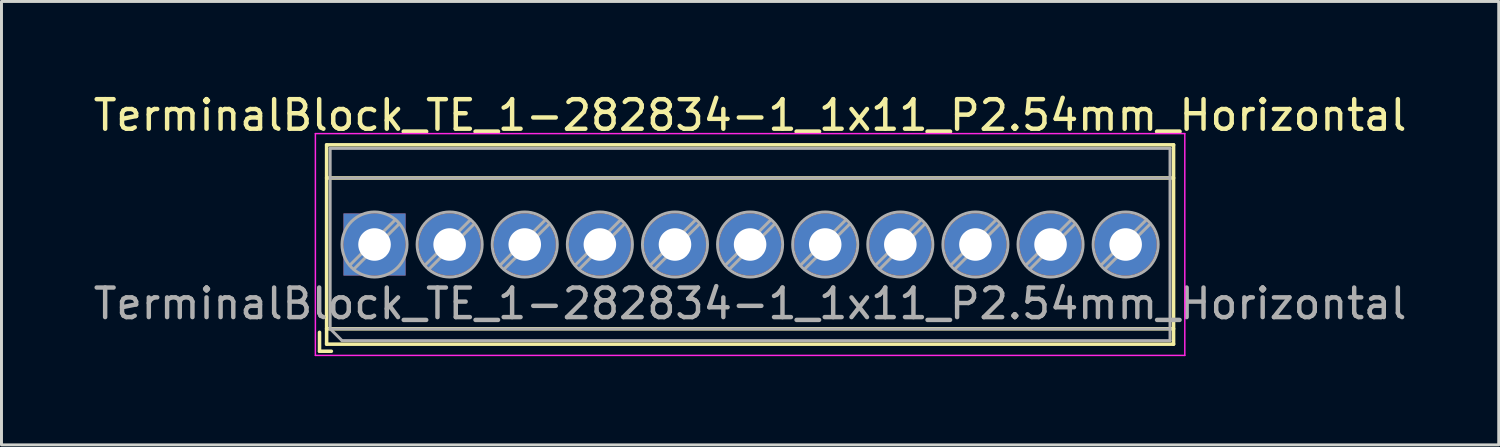
<source format=kicad_pcb>
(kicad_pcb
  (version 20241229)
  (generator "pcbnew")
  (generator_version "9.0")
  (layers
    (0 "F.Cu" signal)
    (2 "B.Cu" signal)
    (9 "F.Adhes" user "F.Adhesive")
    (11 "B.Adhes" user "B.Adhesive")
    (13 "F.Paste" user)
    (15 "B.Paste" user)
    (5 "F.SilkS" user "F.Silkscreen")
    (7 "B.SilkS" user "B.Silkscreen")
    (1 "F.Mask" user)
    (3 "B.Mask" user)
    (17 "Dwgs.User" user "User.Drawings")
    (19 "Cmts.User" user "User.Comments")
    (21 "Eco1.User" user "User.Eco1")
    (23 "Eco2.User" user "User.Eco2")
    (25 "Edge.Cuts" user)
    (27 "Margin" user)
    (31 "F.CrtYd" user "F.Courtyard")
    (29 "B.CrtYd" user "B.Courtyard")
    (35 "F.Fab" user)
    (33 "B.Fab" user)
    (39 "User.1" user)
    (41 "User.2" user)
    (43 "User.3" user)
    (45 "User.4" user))
  (footprint "TerminalBlock_TE_1-282834-1_1x11_P2.54mm_Horizontal"
    (layer "F.Cu")
    (at 9.615 5.218)
    (property "Reference" "TerminalBlock_TE_1-282834-1_1x11_P2.54mm_Horizontal" (at 12.7 -4.37 0) (layer "F.SilkS") (effects (font (size 1 1) (thickness 0.15))))
    (attr through_hole)
    (fp_line (start -1.86 2.97) (end -1.86 3.61) (stroke (width 0.12) (type solid)) (layer "F.SilkS"))
    (fp_line (start -1.86 3.61) (end -1.46 3.61) (stroke (width 0.12) (type solid)) (layer "F.SilkS"))
    (fp_line (start -1.62 -3.37) (end -1.62 3.37) (stroke (width 0.12) (type solid)) (layer "F.SilkS"))
    (fp_line (start -1.62 -3.37) (end 27.02 -3.37) (stroke (width 0.12) (type solid)) (layer "F.SilkS"))
    (fp_line (start -1.62 -2.25) (end 27.02 -2.25) (stroke (width 0.12) (type solid)) (layer "F.SilkS"))
    (fp_line (start -1.62 2.85) (end 27.02 2.85) (stroke (width 0.12) (type solid)) (layer "F.SilkS"))
    (fp_line (start -1.62 3.37) (end 27.02 3.37) (stroke (width 0.12) (type solid)) (layer "F.SilkS"))
    (fp_line (start 27.02 -3.37) (end 27.02 3.37) (stroke (width 0.12) (type solid)) (layer "F.SilkS"))
    (fp_line (start -2 -3.75) (end -2 3.75) (stroke (width 0.05) (type solid)) (layer "F.CrtYd"))
    (fp_line (start -2 3.75) (end 27.4 3.75) (stroke (width 0.05) (type solid)) (layer "F.CrtYd"))
    (fp_line (start 27.4 -3.75) (end -2 -3.75) (stroke (width 0.05) (type solid)) (layer "F.CrtYd"))
    (fp_line (start 27.4 3.75) (end 27.4 -3.75) (stroke (width 0.05) (type solid)) (layer "F.CrtYd"))
    (fp_line (start -1.5 -3.25) (end 26.9 -3.25) (stroke (width 0.1) (type solid)) (layer "F.Fab"))
    (fp_line (start -1.5 -2.25) (end 26.9 -2.25) (stroke (width 0.1) (type solid)) (layer "F.Fab"))
    (fp_line (start -1.5 2.85) (end -1.5 -3.25) (stroke (width 0.1) (type solid)) (layer "F.Fab"))
    (fp_line (start -1.5 2.85) (end 26.9 2.85) (stroke (width 0.1) (type solid)) (layer "F.Fab"))
    (fp_line (start -1.1 3.25) (end -1.5 2.85) (stroke (width 0.1) (type solid)) (layer "F.Fab"))
    (fp_line (start 0.701 -0.835) (end -0.835 0.7) (stroke (width 0.1) (type solid)) (layer "F.Fab"))
    (fp_line (start 0.835 -0.7) (end -0.701 0.835) (stroke (width 0.1) (type solid)) (layer "F.Fab"))
    (fp_line (start 3.241 -0.835) (end 1.706 0.7) (stroke (width 0.1) (type solid)) (layer "F.Fab"))
    (fp_line (start 3.375 -0.7) (end 1.84 0.835) (stroke (width 0.1) (type solid)) (layer "F.Fab"))
    (fp_line (start 5.781 -0.835) (end 4.246 0.7) (stroke (width 0.1) (type solid)) (layer "F.Fab"))
    (fp_line (start 5.915 -0.7) (end 4.38 0.835) (stroke (width 0.1) (type solid)) (layer "F.Fab"))
    (fp_line (start 8.321 -0.835) (end 6.786 0.7) (stroke (width 0.1) (type solid)) (layer "F.Fab"))
    (fp_line (start 8.455 -0.7) (end 6.92 0.835) (stroke (width 0.1) (type solid)) (layer "F.Fab"))
    (fp_line (start 10.861 -0.835) (end 9.326 0.7) (stroke (width 0.1) (type solid)) (layer "F.Fab"))
    (fp_line (start 10.995 -0.7) (end 9.46 0.835) (stroke (width 0.1) (type solid)) (layer "F.Fab"))
    (fp_line (start 13.401 -0.835) (end 11.866 0.7) (stroke (width 0.1) (type solid)) (layer "F.Fab"))
    (fp_line (start 13.535 -0.7) (end 12 0.835) (stroke (width 0.1) (type solid)) (layer "F.Fab"))
    (fp_line (start 15.941 -0.835) (end 14.406 0.7) (stroke (width 0.1) (type solid)) (layer "F.Fab"))
    (fp_line (start 16.075 -0.7) (end 14.54 0.835) (stroke (width 0.1) (type solid)) (layer "F.Fab"))
    (fp_line (start 18.481 -0.835) (end 16.946 0.7) (stroke (width 0.1) (type solid)) (layer "F.Fab"))
    (fp_line (start 18.615 -0.7) (end 17.08 0.835) (stroke (width 0.1) (type solid)) (layer "F.Fab"))
    (fp_line (start 21.021 -0.835) (end 19.486 0.7) (stroke (width 0.1) (type solid)) (layer "F.Fab"))
    (fp_line (start 21.155 -0.7) (end 19.62 0.835) (stroke (width 0.1) (type solid)) (layer "F.Fab"))
    (fp_line (start 23.561 -0.835) (end 22.026 0.7) (stroke (width 0.1) (type solid)) (layer "F.Fab"))
    (fp_line (start 23.695 -0.7) (end 22.16 0.835) (stroke (width 0.1) (type solid)) (layer "F.Fab"))
    (fp_line (start 26.101 -0.835) (end 24.566 0.7) (stroke (width 0.1) (type solid)) (layer "F.Fab"))
    (fp_line (start 26.235 -0.7) (end 24.7 0.835) (stroke (width 0.1) (type solid)) (layer "F.Fab"))
    (fp_line (start 26.9 -3.25) (end 26.9 3.25) (stroke (width 0.1) (type solid)) (layer "F.Fab"))
    (fp_line (start 26.9 3.25) (end -1.1 3.25) (stroke (width 0.1) (type solid)) (layer "F.Fab"))
    (fp_circle (center 0 0) (end 1.1 0) (stroke (width 0.1) (type solid)) (fill no) (layer "F.Fab"))
    (fp_circle (center 2.54 0) (end 3.64 0) (stroke (width 0.1) (type solid)) (fill no) (layer "F.Fab"))
    (fp_circle (center 5.08 0) (end 6.18 0) (stroke (width 0.1) (type solid)) (fill no) (layer "F.Fab"))
    (fp_circle (center 7.62 0) (end 8.72 0) (stroke (width 0.1) (type solid)) (fill no) (layer "F.Fab"))
    (fp_circle (center 10.16 0) (end 11.26 0) (stroke (width 0.1) (type solid)) (fill no) (layer "F.Fab"))
    (fp_circle (center 12.7 0) (end 13.8 0) (stroke (width 0.1) (type solid)) (fill no) (layer "F.Fab"))
    (fp_circle (center 15.24 0) (end 16.34 0) (stroke (width 0.1) (type solid)) (fill no) (layer "F.Fab"))
    (fp_circle (center 17.78 0) (end 18.88 0) (stroke (width 0.1) (type solid)) (fill no) (layer "F.Fab"))
    (fp_circle (center 20.32 0) (end 21.42 0) (stroke (width 0.1) (type solid)) (fill no) (layer "F.Fab"))
    (fp_circle (center 22.86 0) (end 23.96 0) (stroke (width 0.1) (type solid)) (fill no) (layer "F.Fab"))
    (fp_circle (center 25.4 0) (end 26.5 0) (stroke (width 0.1) (type solid)) (fill no) (layer "F.Fab"))
    (fp_text user "${REFERENCE}" (at 12.7 2 0) (layer "F.Fab") (effects (font (size 1 1) (thickness 0.15))))
    (pad "1" thru_hole rect (at 0 0) (size 2.1 2.1) (drill 1.1) (layers "*.Cu" "*.Mask"))
    (pad "2" thru_hole circle (at 2.54 0) (size 2.1 2.1) (drill 1.1) (layers "*.Cu" "*.Mask"))
    (pad "3" thru_hole circle (at 5.08 0) (size 2.1 2.1) (drill 1.1) (layers "*.Cu" "*.Mask"))
    (pad "4" thru_hole circle (at 7.62 0) (size 2.1 2.1) (drill 1.1) (layers "*.Cu" "*.Mask"))
    (pad "5" thru_hole circle (at 10.16 0) (size 2.1 2.1) (drill 1.1) (layers "*.Cu" "*.Mask"))
    (pad "6" thru_hole circle (at 12.7 0) (size 2.1 2.1) (drill 1.1) (layers "*.Cu" "*.Mask"))
    (pad "7" thru_hole circle (at 15.24 0) (size 2.1 2.1) (drill 1.1) (layers "*.Cu" "*.Mask"))
    (pad "8" thru_hole circle (at 17.78 0) (size 2.1 2.1) (drill 1.1) (layers "*.Cu" "*.Mask"))
    (pad "9" thru_hole circle (at 20.32 0) (size 2.1 2.1) (drill 1.1) (layers "*.Cu" "*.Mask"))
    (pad "10" thru_hole circle (at 22.86 0) (size 2.1 2.1) (drill 1.1) (layers "*.Cu" "*.Mask"))
    (pad "11" thru_hole circle (at 25.4 0) (size 2.1 2.1) (drill 1.1) (layers "*.Cu" "*.Mask")))
  (gr_rect
    (start -3 -3)
    (end 47.631 11.993)
    (stroke (width 0.1) (type default))
    (fill no)
    (layer "Edge.Cuts")))
</source>
